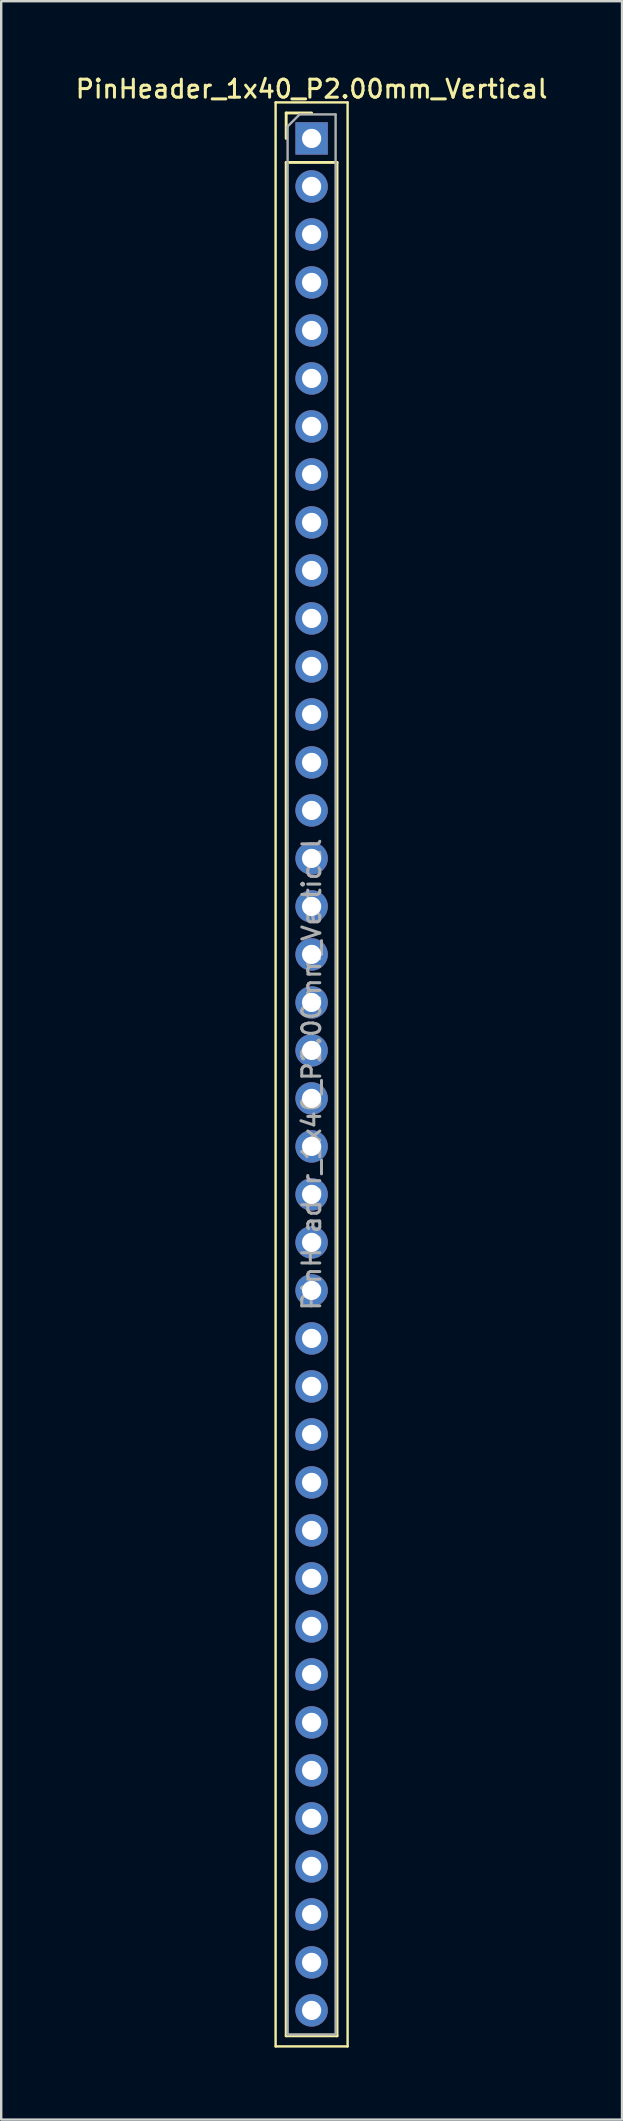
<source format=kicad_pcb>
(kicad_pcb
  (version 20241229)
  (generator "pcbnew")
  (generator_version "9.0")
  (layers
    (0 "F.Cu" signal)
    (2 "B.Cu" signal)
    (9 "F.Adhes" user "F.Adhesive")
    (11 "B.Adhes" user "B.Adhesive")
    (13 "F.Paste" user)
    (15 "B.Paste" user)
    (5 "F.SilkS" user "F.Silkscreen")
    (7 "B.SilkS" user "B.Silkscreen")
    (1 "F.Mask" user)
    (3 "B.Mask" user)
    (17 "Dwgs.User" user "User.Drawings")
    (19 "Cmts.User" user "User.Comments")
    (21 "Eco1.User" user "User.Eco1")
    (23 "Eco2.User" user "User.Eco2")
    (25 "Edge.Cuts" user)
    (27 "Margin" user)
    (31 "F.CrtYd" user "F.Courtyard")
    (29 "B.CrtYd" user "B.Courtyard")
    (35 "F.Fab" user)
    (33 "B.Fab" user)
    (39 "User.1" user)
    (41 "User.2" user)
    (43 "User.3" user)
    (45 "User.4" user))
  (footprint "PinHeader_1x40_P2.00mm_Vertical"
    (layer "F.Cu")
    (at 9.934 2.718)
    (property "Reference" "PinHeader_1x40_P2.00mm_Vertical" (at 0 -2.06 0) (layer "F.SilkS") (effects (font (size 0.75 0.75) (thickness 0.125))))
    (attr through_hole)
    (fp_line (start -1.5 -1.5) (end -1.5 79.5) (stroke (width 0.1) (type solid)) (layer "F.SilkS"))
    (fp_line (start -1.5 79.5) (end 1.5 79.5) (stroke (width 0.1) (type solid)) (layer "F.SilkS"))
    (fp_line (start -1.06 -1.06) (end 0 -1.06) (stroke (width 0.12) (type solid)) (layer "F.SilkS"))
    (fp_line (start -1.06 0) (end -1.06 -1.06) (stroke (width 0.12) (type solid)) (layer "F.SilkS"))
    (fp_line (start -1.06 1) (end -1.06 79.06) (stroke (width 0.12) (type solid)) (layer "F.SilkS"))
    (fp_line (start -1.06 1) (end 1.06 1) (stroke (width 0.12) (type solid)) (layer "F.SilkS"))
    (fp_line (start -1.06 79.06) (end 1.06 79.06) (stroke (width 0.12) (type solid)) (layer "F.SilkS"))
    (fp_line (start 1.06 1) (end 1.06 79.06) (stroke (width 0.12) (type solid)) (layer "F.SilkS"))
    (fp_line (start 1.5 -1.5) (end -1.5 -1.5) (stroke (width 0.1) (type solid)) (layer "F.SilkS"))
    (fp_line (start 1.5 79.5) (end 1.5 -1.5) (stroke (width 0.1) (type solid)) (layer "F.SilkS"))
    (fp_line (start -1 -0.5) (end -0.5 -1) (stroke (width 0.1) (type solid)) (layer "F.Fab"))
    (fp_line (start -1 79) (end -1 -0.5) (stroke (width 0.1) (type solid)) (layer "F.Fab"))
    (fp_line (start -0.5 -1) (end 1 -1) (stroke (width 0.1) (type solid)) (layer "F.Fab"))
    (fp_line (start 1 -1) (end 1 79) (stroke (width 0.1) (type solid)) (layer "F.Fab"))
    (fp_line (start 1 79) (end -1 79) (stroke (width 0.1) (type solid)) (layer "F.Fab"))
    (fp_text user "${REFERENCE}" (at 0 39 90) (layer "F.Fab") (effects (font (size 0.75 0.75) (thickness 0.125))))
    (pad "1" thru_hole rect (at 0 0) (size 1.35 1.35) (drill 0.8) (layers "*.Cu" "*.Mask"))
    (pad "2" thru_hole oval (at 0 2) (size 1.35 1.35) (drill 0.8) (layers "*.Cu" "*.Mask"))
    (pad "3" thru_hole oval (at 0 4) (size 1.35 1.35) (drill 0.8) (layers "*.Cu" "*.Mask"))
    (pad "4" thru_hole oval (at 0 6) (size 1.35 1.35) (drill 0.8) (layers "*.Cu" "*.Mask"))
    (pad "5" thru_hole oval (at 0 8) (size 1.35 1.35) (drill 0.8) (layers "*.Cu" "*.Mask"))
    (pad "6" thru_hole oval (at 0 10) (size 1.35 1.35) (drill 0.8) (layers "*.Cu" "*.Mask"))
    (pad "7" thru_hole oval (at 0 12) (size 1.35 1.35) (drill 0.8) (layers "*.Cu" "*.Mask"))
    (pad "8" thru_hole oval (at 0 14) (size 1.35 1.35) (drill 0.8) (layers "*.Cu" "*.Mask"))
    (pad "9" thru_hole oval (at 0 16) (size 1.35 1.35) (drill 0.8) (layers "*.Cu" "*.Mask"))
    (pad "10" thru_hole oval (at 0 18) (size 1.35 1.35) (drill 0.8) (layers "*.Cu" "*.Mask"))
    (pad "11" thru_hole oval (at 0 20) (size 1.35 1.35) (drill 0.8) (layers "*.Cu" "*.Mask"))
    (pad "12" thru_hole oval (at 0 22) (size 1.35 1.35) (drill 0.8) (layers "*.Cu" "*.Mask"))
    (pad "13" thru_hole oval (at 0 24) (size 1.35 1.35) (drill 0.8) (layers "*.Cu" "*.Mask"))
    (pad "14" thru_hole oval (at 0 26) (size 1.35 1.35) (drill 0.8) (layers "*.Cu" "*.Mask"))
    (pad "15" thru_hole oval (at 0 28) (size 1.35 1.35) (drill 0.8) (layers "*.Cu" "*.Mask"))
    (pad "16" thru_hole oval (at 0 30) (size 1.35 1.35) (drill 0.8) (layers "*.Cu" "*.Mask"))
    (pad "17" thru_hole oval (at 0 32) (size 1.35 1.35) (drill 0.8) (layers "*.Cu" "*.Mask"))
    (pad "18" thru_hole oval (at 0 34) (size 1.35 1.35) (drill 0.8) (layers "*.Cu" "*.Mask"))
    (pad "19" thru_hole oval (at 0 36) (size 1.35 1.35) (drill 0.8) (layers "*.Cu" "*.Mask"))
    (pad "20" thru_hole oval (at 0 38) (size 1.35 1.35) (drill 0.8) (layers "*.Cu" "*.Mask"))
    (pad "21" thru_hole oval (at 0 40) (size 1.35 1.35) (drill 0.8) (layers "*.Cu" "*.Mask"))
    (pad "22" thru_hole oval (at 0 42) (size 1.35 1.35) (drill 0.8) (layers "*.Cu" "*.Mask"))
    (pad "23" thru_hole oval (at 0 44) (size 1.35 1.35) (drill 0.8) (layers "*.Cu" "*.Mask"))
    (pad "24" thru_hole oval (at 0 46) (size 1.35 1.35) (drill 0.8) (layers "*.Cu" "*.Mask"))
    (pad "25" thru_hole oval (at 0 48) (size 1.35 1.35) (drill 0.8) (layers "*.Cu" "*.Mask"))
    (pad "26" thru_hole oval (at 0 50) (size 1.35 1.35) (drill 0.8) (layers "*.Cu" "*.Mask"))
    (pad "27" thru_hole oval (at 0 52) (size 1.35 1.35) (drill 0.8) (layers "*.Cu" "*.Mask"))
    (pad "28" thru_hole oval (at 0 54) (size 1.35 1.35) (drill 0.8) (layers "*.Cu" "*.Mask"))
    (pad "29" thru_hole oval (at 0 56) (size 1.35 1.35) (drill 0.8) (layers "*.Cu" "*.Mask"))
    (pad "30" thru_hole oval (at 0 58) (size 1.35 1.35) (drill 0.8) (layers "*.Cu" "*.Mask"))
    (pad "31" thru_hole oval (at 0 60) (size 1.35 1.35) (drill 0.8) (layers "*.Cu" "*.Mask"))
    (pad "32" thru_hole oval (at 0 62) (size 1.35 1.35) (drill 0.8) (layers "*.Cu" "*.Mask"))
    (pad "33" thru_hole oval (at 0 64) (size 1.35 1.35) (drill 0.8) (layers "*.Cu" "*.Mask"))
    (pad "34" thru_hole oval (at 0 66) (size 1.35 1.35) (drill 0.8) (layers "*.Cu" "*.Mask"))
    (pad "35" thru_hole oval (at 0 68) (size 1.35 1.35) (drill 0.8) (layers "*.Cu" "*.Mask"))
    (pad "36" thru_hole oval (at 0 70) (size 1.35 1.35) (drill 0.8) (layers "*.Cu" "*.Mask"))
    (pad "37" thru_hole oval (at 0 72) (size 1.35 1.35) (drill 0.8) (layers "*.Cu" "*.Mask"))
    (pad "38" thru_hole oval (at 0 74) (size 1.35 1.35) (drill 0.8) (layers "*.Cu" "*.Mask"))
    (pad "39" thru_hole oval (at 0 76) (size 1.35 1.35) (drill 0.8) (layers "*.Cu" "*.Mask"))
    (pad "40" thru_hole oval (at 0 78) (size 1.35 1.35) (drill 0.8) (layers "*.Cu" "*.Mask")))
  (gr_rect
    (start -3 -3)
    (end 22.868 85.268)
    (stroke (width 0.1) (type default))
    (fill no)
    (layer "Edge.Cuts")))
</source>
